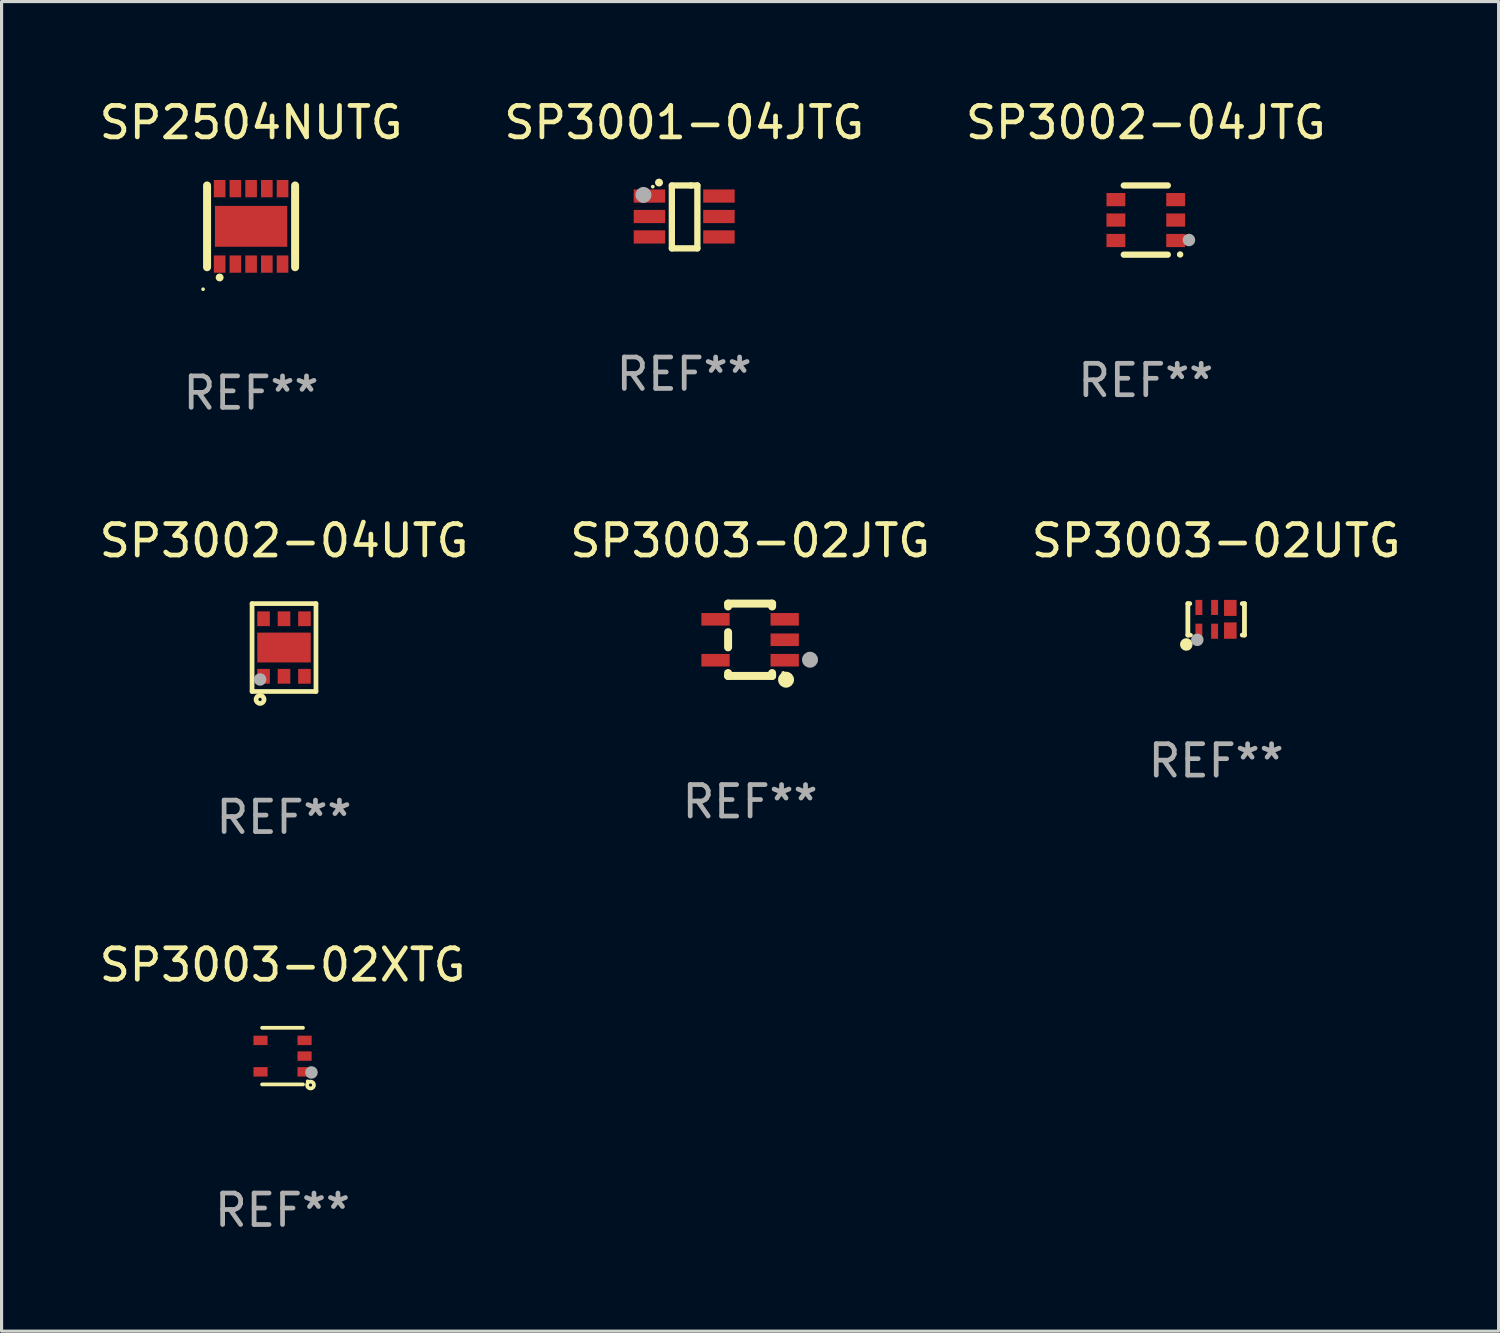
<source format=kicad_pcb>
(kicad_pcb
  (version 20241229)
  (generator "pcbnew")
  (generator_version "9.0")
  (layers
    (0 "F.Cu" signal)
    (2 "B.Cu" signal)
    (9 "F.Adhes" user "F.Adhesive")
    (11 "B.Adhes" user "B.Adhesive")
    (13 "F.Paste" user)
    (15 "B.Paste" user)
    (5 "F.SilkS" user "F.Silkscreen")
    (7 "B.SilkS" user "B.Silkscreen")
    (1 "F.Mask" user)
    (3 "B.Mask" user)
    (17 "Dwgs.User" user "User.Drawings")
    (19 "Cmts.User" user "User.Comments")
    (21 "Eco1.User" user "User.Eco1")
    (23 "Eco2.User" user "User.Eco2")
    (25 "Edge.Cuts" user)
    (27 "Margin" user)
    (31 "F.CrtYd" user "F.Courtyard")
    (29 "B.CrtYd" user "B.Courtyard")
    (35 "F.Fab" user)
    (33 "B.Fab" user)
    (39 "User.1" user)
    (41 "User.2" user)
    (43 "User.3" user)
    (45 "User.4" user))
  (footprint "SP3001-04JTG"
    (layer "F.Cu")
    (at 18.708 3.848)
    (property "Reference" "SP3001-04JTG" (at 0 -3 0) (layer "F.SilkS") (effects (font (size 1 1) (thickness 0.15))))
    (attr through_hole)
    (fp_line (start -0.393 -1) (end -0.393 1) (stroke (width 0.2) (type solid)) (layer "F.SilkS"))
    (fp_line (start -0.393 1) (end 0.419 1) (stroke (width 0.2) (type solid)) (layer "F.SilkS"))
    (fp_line (start 0.213 -1) (end -0.393 -1) (stroke (width 0.2) (type solid)) (layer "F.SilkS"))
    (fp_line (start 0.419 -1) (end 0.213 -1) (stroke (width 0.2) (type solid)) (layer "F.SilkS"))
    (fp_line (start 0.419 1) (end 0.419 -1) (stroke (width 0.2) (type solid)) (layer "F.SilkS"))
    (fp_arc (start -0.802413 -1.092202) (mid -0.801143 -1.092209) (end -0.799873 -1.092202) (stroke (width 0.25) (type solid)) (layer "F.SilkS"))
    (fp_circle (center -1 -0.963) (end -0.97 -0.963) (stroke (width 0.06) (type solid)) (fill no) (layer "F.SilkS"))
    (fp_circle (center -1.295 -0.699) (end -1.168 -0.699) (stroke (width 0.254) (type solid)) (fill no) (layer "F.Fab"))
    (fp_text user "REF**" (at 0 5 0) (layer "F.Fab") (effects (font (size 1 1) (thickness 0.15))))
    (pad "1" smd rect (at -1.105 -0.663 270) (size 0.42 1) (layers "F.Cu" "F.Mask" "F.Paste"))
    (pad "2" smd rect (at -1.105 -0.013 270) (size 0.42 1) (layers "F.Cu" "F.Mask" "F.Paste"))
    (pad "3" smd rect (at -1.105 0.637 270) (size 0.42 1) (layers "F.Cu" "F.Mask" "F.Paste"))
    (pad "4" smd rect (at 1.105 0.637 90) (size 0.42 1) (layers "F.Cu" "F.Mask" "F.Paste"))
    (pad "5" smd rect (at 1.105 -0.013 90) (size 0.42 1) (layers "F.Cu" "F.Mask" "F.Paste"))
    (pad "6" smd rect (at 1.105 -0.663 90) (size 0.42 1) (layers "F.Cu" "F.Mask" "F.Paste")))
  (footprint "SP3002-04JTG"
    (layer "F.Cu")
    (at 33.387 3.948)
    (property "Reference" "SP3002-04JTG" (at 0 -3.1 0) (layer "F.SilkS") (effects (font (size 1 1) (thickness 0.15))))
    (attr through_hole)
    (fp_line (start -0.7 -1.1) (end 0.7 -1.1) (stroke (width 0.2) (type solid)) (layer "F.SilkS"))
    (fp_line (start -0.7 1.1) (end 0.7 1.1) (stroke (width 0.2) (type solid)) (layer "F.SilkS"))
    (fp_arc (start 1.090932 1.094209) (mid 1.092202 1.094203) (end 1.093472 1.094209) (stroke (width 0.2) (type solid)) (layer "F.SilkS"))
    (fp_circle (center 1.053 1.1) (end 1.083 1.1) (stroke (width 0.06) (type solid)) (fill no) (layer "F.SilkS"))
    (fp_circle (center 1.372 0.635) (end 1.472 0.635) (stroke (width 0.2) (type solid)) (fill no) (layer "F.Fab"))
    (fp_text user "REF**" (at 0 5.1 0) (layer "F.Fab") (effects (font (size 1 1) (thickness 0.15))))
    (pad "1" smd rect (at 0.95 0.65 90) (size 0.42 0.6) (layers "F.Cu" "F.Mask" "F.Paste"))
    (pad "2" smd rect (at 0.95 0 90) (size 0.42 0.6) (layers "F.Cu" "F.Mask" "F.Paste"))
    (pad "3" smd rect (at 0.95 -0.65 90) (size 0.42 0.6) (layers "F.Cu" "F.Mask" "F.Paste"))
    (pad "4" smd rect (at -0.95 -0.65 270) (size 0.42 0.6) (layers "F.Cu" "F.Mask" "F.Paste"))
    (pad "5" smd rect (at -0.95 0 270) (size 0.42 0.6) (layers "F.Cu" "F.Mask" "F.Paste"))
    (pad "6" smd rect (at -0.95 0.65 270) (size 0.42 0.6) (layers "F.Cu" "F.Mask" "F.Paste")))
  (footprint "SP3002-04UTG"
    (layer "F.Cu")
    (at 5.982 17.542)
    (property "Reference" "SP3002-04UTG" (at 0 -3.397 0) (layer "F.SilkS") (effects (font (size 1 1) (thickness 0.15))))
    (attr through_hole)
    (fp_line (start -1.016 -1.397) (end -1.016 1.397) (stroke (width 0.15) (type solid)) (layer "F.SilkS"))
    (fp_line (start -1.016 1.397) (end 1.016 1.397) (stroke (width 0.15) (type solid)) (layer "F.SilkS"))
    (fp_line (start 1.016 -1.397) (end -1.016 -1.397) (stroke (width 0.15) (type solid)) (layer "F.SilkS"))
    (fp_line (start 1.016 1.397) (end 1.016 -1.397) (stroke (width 0.15) (type solid)) (layer "F.SilkS"))
    (fp_circle (center -1 1) (end -0.97 1) (stroke (width 0.06) (type solid)) (fill no) (layer "F.SilkS"))
    (fp_circle (center -0.762 1.651) (end -0.635 1.651) (stroke (width 0.15) (type solid)) (fill no) (layer "F.SilkS"))
    (fp_circle (center -0.762 1.016) (end -0.662 1.016) (stroke (width 0.2) (type solid)) (fill no) (layer "F.Fab"))
    (fp_text user "REF**" (at 0 5.397 0) (layer "F.Fab") (effects (font (size 1 1) (thickness 0.15))))
    (pad "1" smd rect (at -0.65 0.915 90) (size 0.47 0.4) (layers "F.Cu" "F.Mask" "F.Paste"))
    (pad "2" smd rect (at -0.000051 0.915 90) (size 0.47 0.4) (layers "F.Cu" "F.Mask" "F.Paste"))
    (pad "3" smd rect (at 0.65 0.915 90) (size 0.47 0.4) (layers "F.Cu" "F.Mask" "F.Paste"))
    (pad "4" smd rect (at 0.65 -0.915 90) (size 0.47 0.4) (layers "F.Cu" "F.Mask" "F.Paste"))
    (pad "5" smd rect (at -0.000051 -0.915 90) (size 0.47 0.4) (layers "F.Cu" "F.Mask" "F.Paste"))
    (pad "6" smd rect (at -0.65 -0.915 90) (size 0.47 0.4) (layers "F.Cu" "F.Mask" "F.Paste"))
    (pad "7" smd rect (at -0.000051 0 90) (size 0.95 1.7) (layers "F.Cu" "F.Mask" "F.Paste")))
  (footprint "SP3003-02JTG"
    (layer "F.Cu")
    (at 20.804 17.295)
    (property "Reference" "SP3003-02JTG" (at 0 -3.15 0) (layer "F.SilkS") (effects (font (size 1 1) (thickness 0.15))))
    (attr through_hole)
    (fp_line (start -0.7 -1.15) (end 0.7 -1.15) (stroke (width 0.254) (type solid)) (layer "F.SilkS"))
    (fp_line (start -0.7 -1.058) (end -0.7 -1.15) (stroke (width 0.254) (type solid)) (layer "F.SilkS"))
    (fp_line (start -0.7 0.242) (end -0.7 -0.242) (stroke (width 0.254) (type solid)) (layer "F.SilkS"))
    (fp_line (start -0.7 1.15) (end -0.7 1.058) (stroke (width 0.254) (type solid)) (layer "F.SilkS"))
    (fp_line (start -0.7 1.15) (end 0.7 1.15) (stroke (width 0.254) (type solid)) (layer "F.SilkS"))
    (fp_line (start 0.7 -1.058) (end 0.7 -1.15) (stroke (width 0.254) (type solid)) (layer "F.SilkS"))
    (fp_line (start 0.7 1.15) (end 0.7 1.058) (stroke (width 0.254) (type solid)) (layer "F.SilkS"))
    (fp_circle (center 1.053 1.052) (end 1.083 1.052) (stroke (width 0.06) (type solid)) (fill no) (layer "F.SilkS"))
    (fp_circle (center 1.143 1.27) (end 1.27 1.27) (stroke (width 0.254) (type solid)) (fill no) (layer "F.SilkS"))
    (fp_circle (center 1.905 0.635) (end 2.032 0.635) (stroke (width 0.254) (type solid)) (fill no) (layer "F.Fab"))
    (fp_text user "REF**" (at 0 5.15 0) (layer "F.Fab") (effects (font (size 1 1) (thickness 0.15))))
    (pad "1" smd rect (at 1.1 0.65 90) (size 0.4 0.9) (layers "F.Cu" "F.Mask" "F.Paste"))
    (pad "2" smd rect (at 1.1 0.000076 90) (size 0.4 0.9) (layers "F.Cu" "F.Mask" "F.Paste"))
    (pad "3" smd rect (at 1.1 -0.65 90) (size 0.4 0.9) (layers "F.Cu" "F.Mask" "F.Paste"))
    (pad "4" smd rect (at -1.1 -0.65 90) (size 0.4 0.9) (layers "F.Cu" "F.Mask" "F.Paste"))
    (pad "5" smd rect (at -1.1 0.65 90) (size 0.4 0.9) (layers "F.Cu" "F.Mask" "F.Paste")))
  (footprint "SP2504NUTG"
    (layer "F.Cu")
    (at 4.935 4.148)
    (property "Reference" "SP2504NUTG" (at 0 -3.3 0) (layer "F.SilkS") (effects (font (size 1 1) (thickness 0.15))))
    (attr through_hole)
    (fp_line (start -1.4 1.3) (end -1.4 -1.3) (stroke (width 0.254) (type solid)) (layer "F.SilkS"))
    (fp_line (start 1.4 1.3) (end 1.4 -1.3) (stroke (width 0.254) (type solid)) (layer "F.SilkS"))
    (fp_arc (start -1.00127 1.625552) (mid -1 1.625546) (end -0.99873 1.625552) (stroke (width 0.24892) (type solid)) (layer "F.SilkS"))
    (fp_circle (center -1.527 1.999) (end -1.497 1.999) (stroke (width 0.06) (type solid)) (fill no) (layer "F.SilkS"))
    (fp_text user "REF**" (at 0 5.3 0) (layer "F.Fab") (effects (font (size 1 1) (thickness 0.15))))
    (pad "1" smd rect (at -1 1.2 180) (size 0.37 0.55) (layers "F.Cu" "F.Mask" "F.Paste"))
    (pad "2" smd rect (at -0.5 1.2 180) (size 0.37 0.55) (layers "F.Cu" "F.Mask" "F.Paste"))
    (pad "3" smd rect (at 0 1.2 180) (size 0.37 0.55) (layers "F.Cu" "F.Mask" "F.Paste"))
    (pad "4" smd rect (at 0.5 1.2 180) (size 0.37 0.55) (layers "F.Cu" "F.Mask" "F.Paste"))
    (pad "5" smd rect (at 1 1.2 180) (size 0.37 0.55) (layers "F.Cu" "F.Mask" "F.Paste"))
    (pad "6" smd rect (at 1 -1.2 180) (size 0.37 0.55) (layers "F.Cu" "F.Mask" "F.Paste"))
    (pad "7" smd rect (at 0.5 -1.2 180) (size 0.37 0.55) (layers "F.Cu" "F.Mask" "F.Paste"))
    (pad "8" smd rect (at 0 -1.2 180) (size 0.37 0.55) (layers "F.Cu" "F.Mask" "F.Paste"))
    (pad "9" smd rect (at -0.5 -1.2 180) (size 0.37 0.55) (layers "F.Cu" "F.Mask" "F.Paste"))
    (pad "10" smd rect (at -1 -1.2 180) (size 0.37 0.55) (layers "F.Cu" "F.Mask" "F.Paste"))
    (pad "11" smd rect (at 0 0 180) (size 2.3 1.3) (layers "F.Cu" "F.Mask" "F.Paste")))
  (footprint "SP3003-02XTG"
    (layer "F.Cu")
    (at 5.935 30.535)
    (property "Reference" "SP3003-02XTG" (at 0 -2.9 0) (layer "F.SilkS") (effects (font (size 1 1) (thickness 0.15))))
    (attr through_hole)
    (fp_line (start -0.65 -0.9) (end 0.65 -0.9) (stroke (width 0.12) (type solid)) (layer "F.SilkS"))
    (fp_line (start -0.65 0.9) (end 0.65 0.9) (stroke (width 0.12) (type solid)) (layer "F.SilkS"))
    (fp_circle (center 0.8 0.8) (end 0.83 0.8) (stroke (width 0.06) (type solid)) (fill no) (layer "F.SilkS"))
    (fp_circle (center 0.89 0.92) (end 0.94 0.92) (stroke (width 0.12) (type solid)) (fill no) (layer "F.SilkS"))
    (fp_circle (center 0.92 0.52) (end 1.02 0.52) (stroke (width 0.2) (type solid)) (fill no) (layer "F.Fab"))
    (fp_text user "REF**" (at 0 4.9 0) (layer "F.Fab") (effects (font (size 1 1) (thickness 0.15))))
    (pad "1" smd rect (at 0.7 0.5) (size 0.45 0.3) (layers "F.Cu" "F.Mask" "F.Paste"))
    (pad "2" smd rect (at 0.7 -0.000356) (size 0.45 0.3) (layers "F.Cu" "F.Mask" "F.Paste"))
    (pad "3" smd rect (at 0.7 -0.5) (size 0.45 0.3) (layers "F.Cu" "F.Mask" "F.Paste"))
    (pad "4" smd rect (at -0.7 -0.5) (size 0.45 0.3) (layers "F.Cu" "F.Mask" "F.Paste"))
    (pad "5" smd rect (at -0.7 0.5) (size 0.45 0.3) (layers "F.Cu" "F.Mask" "F.Paste")))
  (footprint "SP3003-02UTG"
    (layer "F.Cu")
    (at 35.625 16.645)
    (property "Reference" "SP3003-02UTG" (at 0 -2.5 0) (layer "F.SilkS") (effects (font (size 1 1) (thickness 0.15))))
    (attr through_hole)
    (fp_line (start -0.9 -0.5) (end -0.9 0.5) (stroke (width 0.152) (type solid)) (layer "F.SilkS"))
    (fp_line (start -0.9 -0.5) (end -0.84 -0.5) (stroke (width 0.152) (type solid)) (layer "F.SilkS"))
    (fp_line (start -0.84 0.5) (end -0.9 0.5) (stroke (width 0.152) (type solid)) (layer "F.SilkS"))
    (fp_line (start 0.83 -0.5) (end 0.9 -0.5) (stroke (width 0.152) (type solid)) (layer "F.SilkS"))
    (fp_line (start 0.9 -0.5) (end 0.9 0.5) (stroke (width 0.152) (type solid)) (layer "F.SilkS"))
    (fp_line (start 0.9 0.5) (end 0.83 0.5) (stroke (width 0.152) (type solid)) (layer "F.SilkS"))
    (fp_circle (center -0.95 0.8) (end -0.85 0.8) (stroke (width 0.2) (type solid)) (fill no) (layer "F.SilkS"))
    (fp_circle (center -0.8 0.5) (end -0.77 0.5) (stroke (width 0.06) (type solid)) (fill no) (layer "F.SilkS"))
    (fp_circle (center -0.6 0.652) (end -0.5 0.652) (stroke (width 0.2) (type solid)) (fill no) (layer "F.Fab"))
    (fp_text user "REF**" (at 0 4.5 0) (layer "F.Fab") (effects (font (size 1 1) (thickness 0.15))))
    (pad "1" smd rect (at -0.55 0.378 90) (size 0.48 0.22) (layers "F.Cu" "F.Mask" "F.Paste"))
    (pad "2" smd rect (at -0.05 0.378 90) (size 0.48 0.22) (layers "F.Cu" "F.Mask" "F.Paste"))
    (pad "3" smd rect (at 0.45 0.358 180) (size 0.4 0.521) (layers "F.Cu" "F.Mask" "F.Paste"))
    (pad "4" smd rect (at 0.45 -0.363 180) (size 0.4 0.51) (layers "F.Cu" "F.Mask" "F.Paste"))
    (pad "5" smd rect (at -0.05 -0.378 90) (size 0.48 0.22) (layers "F.Cu" "F.Mask" "F.Paste"))
    (pad "6" smd rect (at -0.55 -0.378 90) (size 0.48 0.22) (layers "F.Cu" "F.Mask" "F.Paste")))
  (gr_rect
    (start -3 -3)
    (end 44.607 39.283)
    (stroke (width 0.1) (type default))
    (fill no)
    (layer "Edge.Cuts")))
</source>
